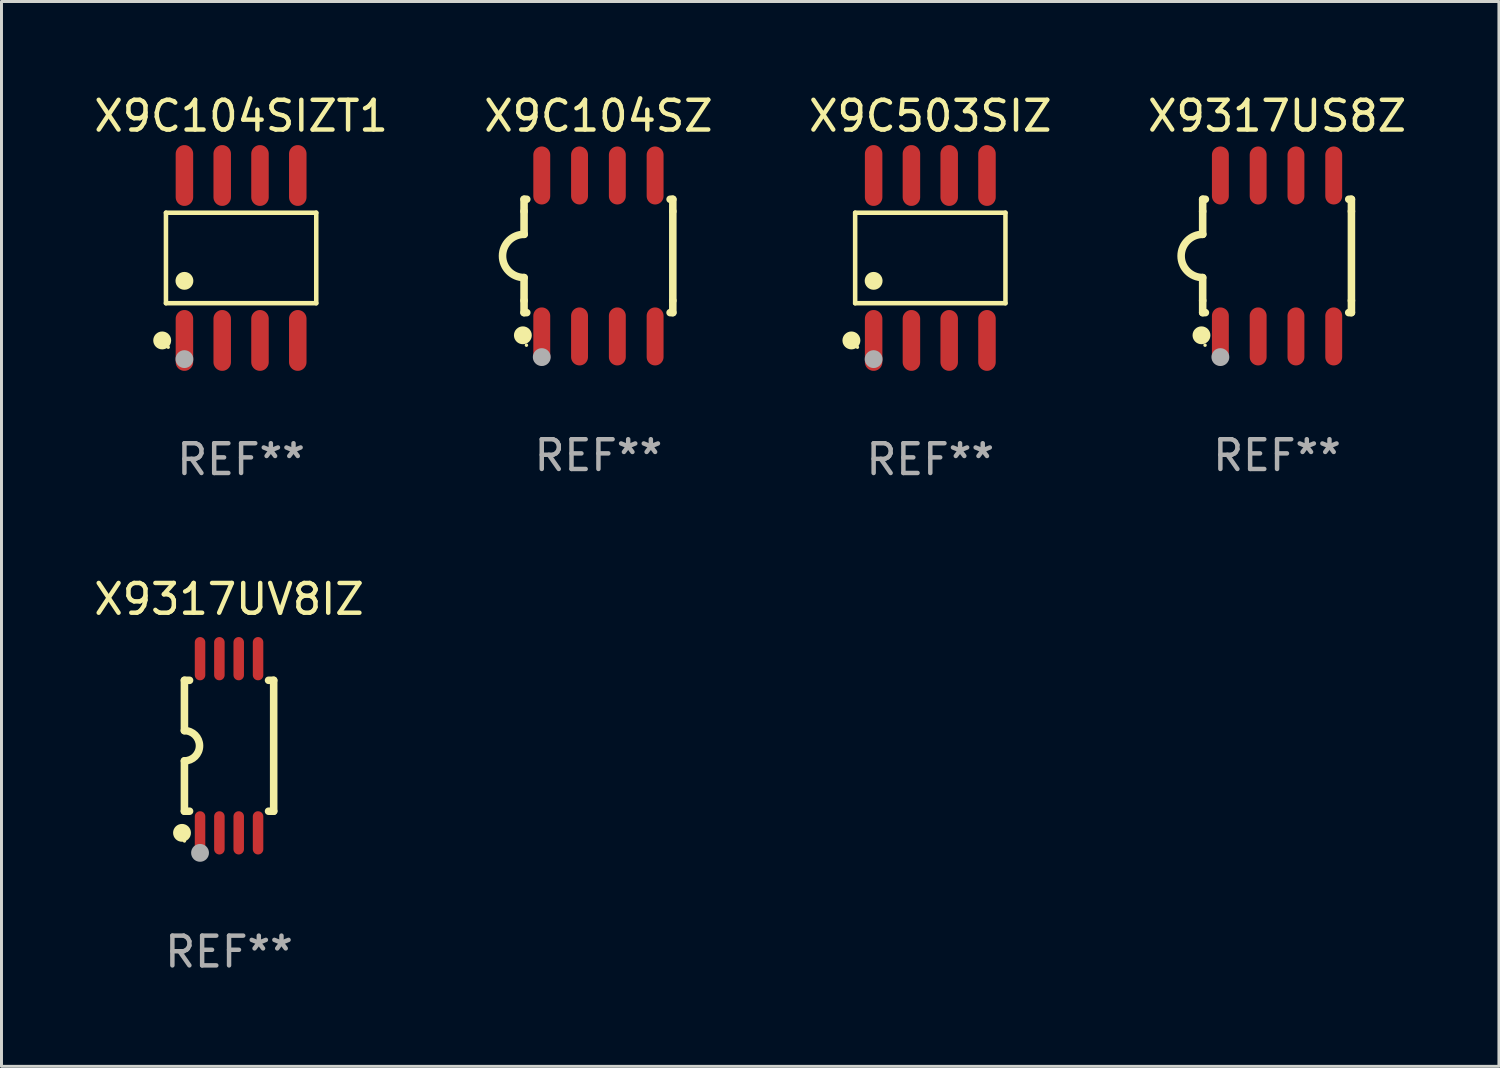
<source format=kicad_pcb>
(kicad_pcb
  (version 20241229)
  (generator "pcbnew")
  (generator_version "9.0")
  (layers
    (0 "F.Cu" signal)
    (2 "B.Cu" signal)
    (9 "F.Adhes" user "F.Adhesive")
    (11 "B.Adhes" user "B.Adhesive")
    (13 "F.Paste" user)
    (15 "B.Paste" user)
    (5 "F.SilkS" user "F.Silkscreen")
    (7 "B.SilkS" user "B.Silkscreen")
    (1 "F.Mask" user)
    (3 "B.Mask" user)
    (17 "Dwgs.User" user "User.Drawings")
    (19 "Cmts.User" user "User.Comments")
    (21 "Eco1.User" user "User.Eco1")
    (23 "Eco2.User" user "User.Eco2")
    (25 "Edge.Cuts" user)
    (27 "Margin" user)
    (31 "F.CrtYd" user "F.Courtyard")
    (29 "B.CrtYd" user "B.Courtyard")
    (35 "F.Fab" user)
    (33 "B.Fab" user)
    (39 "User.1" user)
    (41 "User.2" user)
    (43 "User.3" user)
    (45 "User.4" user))
  (footprint "X9C503SIZ"
    (layer "F.Cu")
    (at 28.22 5.621)
    (property "Reference" "X9C503SIZ" (at 0 -4.772 0) (layer "F.SilkS") (effects (font (size 1 1) (thickness 0.15))))
    (attr through_hole)
    (fp_line (start -2.526 -1.521) (end 2.526 -1.521) (stroke (width 0.152) (type solid)) (layer "F.SilkS"))
    (fp_line (start -2.526 1.521) (end -2.526 -1.521) (stroke (width 0.152) (type solid)) (layer "F.SilkS"))
    (fp_line (start 2.526 -1.521) (end 2.526 1.521) (stroke (width 0.152) (type solid)) (layer "F.SilkS"))
    (fp_line (start 2.526 1.521) (end -2.526 1.521) (stroke (width 0.152) (type solid)) (layer "F.SilkS"))
    (fp_circle (center -2.652 2.772) (end -2.501 2.772) (stroke (width 0.3) (type solid)) (fill no) (layer "F.SilkS"))
    (fp_circle (center -2.45 3) (end -2.42 3) (stroke (width 0.06) (type solid)) (fill no) (layer "F.SilkS"))
    (fp_circle (center -1.905 0.769) (end -1.755 0.769) (stroke (width 0.3) (type solid)) (fill no) (layer "F.SilkS"))
    (fp_circle (center -1.905 3.4) (end -1.755 3.4) (stroke (width 0.3) (type solid)) (fill no) (layer "F.Fab"))
    (fp_text user "REF**" (at 0 6.772 0) (layer "F.Fab") (effects (font (size 1 1) (thickness 0.15))))
    (pad "1" smd oval (at -1.905 2.772) (size 0.588 2.045) (layers "F.Cu" "F.Mask" "F.Paste"))
    (pad "2" smd oval (at -0.635 2.772) (size 0.588 2.045) (layers "F.Cu" "F.Mask" "F.Paste"))
    (pad "3" smd oval (at 0.635 2.772) (size 0.588 2.045) (layers "F.Cu" "F.Mask" "F.Paste"))
    (pad "4" smd oval (at 1.905 2.772) (size 0.588 2.045) (layers "F.Cu" "F.Mask" "F.Paste"))
    (pad "5" smd oval (at 1.905 -2.772) (size 0.588 2.045) (layers "F.Cu" "F.Mask" "F.Paste"))
    (pad "6" smd oval (at 0.635 -2.772) (size 0.588 2.045) (layers "F.Cu" "F.Mask" "F.Paste"))
    (pad "7" smd oval (at -0.635 -2.772) (size 0.588 2.045) (layers "F.Cu" "F.Mask" "F.Paste"))
    (pad "8" smd oval (at -1.905 -2.772) (size 0.588 2.045) (layers "F.Cu" "F.Mask" "F.Paste")))
  (footprint "X9317UV8IZ"
    (layer "F.Cu")
    (at 4.649 22.017)
    (property "Reference" "X9317UV8IZ" (at 0 -4.927 0) (layer "F.SilkS") (effects (font (size 1 1) (thickness 0.15))))
    (attr through_hole)
    (fp_line (start -1.5 -2.2) (end -1.5 -0.508) (stroke (width 0.254) (type solid)) (layer "F.SilkS"))
    (fp_line (start -1.5 -2.2) (end -1.328 -2.2) (stroke (width 0.254) (type solid)) (layer "F.SilkS"))
    (fp_line (start -1.5 2.2) (end -1.5 0.508) (stroke (width 0.254) (type solid)) (layer "F.SilkS"))
    (fp_line (start -1.5 2.2) (end -1.328 2.2) (stroke (width 0.254) (type solid)) (layer "F.SilkS"))
    (fp_line (start 1.328 -2.2) (end 1.5 -2.2) (stroke (width 0.254) (type solid)) (layer "F.SilkS"))
    (fp_line (start 1.328 2.2) (end 1.5 2.2) (stroke (width 0.254) (type solid)) (layer "F.SilkS"))
    (fp_line (start 1.5 -2.2) (end 1.5 2.2) (stroke (width 0.254) (type solid)) (layer "F.SilkS"))
    (fp_arc (start -1.501144 -0.508) (mid -0.993143 -0.000571) (end -1.5 0.508001) (stroke (width 0.254001) (type solid)) (layer "F.SilkS"))
    (fp_circle (center -1.581 2.927) (end -1.431 2.927) (stroke (width 0.3) (type solid)) (fill no) (layer "F.SilkS"))
    (fp_circle (center -1.5 3.2) (end -1.47 3.2) (stroke (width 0.06) (type solid)) (fill no) (layer "F.SilkS"))
    (fp_circle (center -0.975 3.6) (end -0.825 3.6) (stroke (width 0.3) (type solid)) (fill no) (layer "F.Fab"))
    (fp_text user "REF**" (at 0 6.927 0) (layer "F.Fab") (effects (font (size 1 1) (thickness 0.15))))
    (pad "1" smd oval (at -0.975 2.927) (size 0.353 1.454) (layers "F.Cu" "F.Mask" "F.Paste"))
    (pad "2" smd oval (at -0.325 2.927) (size 0.353 1.454) (layers "F.Cu" "F.Mask" "F.Paste"))
    (pad "3" smd oval (at 0.325 2.927) (size 0.353 1.454) (layers "F.Cu" "F.Mask" "F.Paste"))
    (pad "4" smd oval (at 0.975 2.927) (size 0.353 1.454) (layers "F.Cu" "F.Mask" "F.Paste"))
    (pad "5" smd oval (at 0.975 -2.927) (size 0.353 1.454) (layers "F.Cu" "F.Mask" "F.Paste"))
    (pad "6" smd oval (at 0.325 -2.927) (size 0.353 1.454) (layers "F.Cu" "F.Mask" "F.Paste"))
    (pad "7" smd oval (at -0.325 -2.927) (size 0.353 1.454) (layers "F.Cu" "F.Mask" "F.Paste"))
    (pad "8" smd oval (at -0.975 -2.927) (size 0.353 1.454) (layers "F.Cu" "F.Mask" "F.Paste")))
  (footprint "X9317US8Z"
    (layer "F.Cu")
    (at 39.875 5.553)
    (property "Reference" "X9317US8Z" (at 0 -4.705 0) (layer "F.SilkS") (effects (font (size 1 1) (thickness 0.15))))
    (attr through_hole)
    (fp_line (start -2.5 -1.905) (end -2.409 -1.905) (stroke (width 0.254) (type solid)) (layer "F.SilkS"))
    (fp_line (start -2.5 -1.5) (end -2.5 -1.905) (stroke (width 0.254) (type solid)) (layer "F.SilkS"))
    (fp_line (start -2.5 -1.5) (end -2.5 -0.726) (stroke (width 0.254) (type solid)) (layer "F.SilkS"))
    (fp_line (start -2.5 1.5) (end -2.5 0.727) (stroke (width 0.254) (type solid)) (layer "F.SilkS"))
    (fp_line (start -2.5 1.5) (end -2.5 1.905) (stroke (width 0.254) (type solid)) (layer "F.SilkS"))
    (fp_line (start -2.5 1.905) (end -2.409 1.905) (stroke (width 0.254) (type solid)) (layer "F.SilkS"))
    (fp_line (start 2.5 -1.905) (end 2.409 -1.905) (stroke (width 0.254) (type solid)) (layer "F.SilkS"))
    (fp_line (start 2.5 -1.5) (end 2.5 -1.905) (stroke (width 0.254) (type solid)) (layer "F.SilkS"))
    (fp_line (start 2.5 -1.5) (end 2.5 1.5) (stroke (width 0.254) (type solid)) (layer "F.SilkS"))
    (fp_line (start 2.5 1.5) (end 2.5 1.905) (stroke (width 0.254) (type solid)) (layer "F.SilkS"))
    (fp_line (start 2.5 1.905) (end 2.409 1.905) (stroke (width 0.254) (type solid)) (layer "F.SilkS"))
    (fp_arc (start -2.5 0.726568) (mid -3.220316 -0.0023) (end -2.495097 -0.726289) (stroke (width 0.254001) (type solid)) (layer "F.SilkS"))
    (fp_circle (center -2.54 2.667) (end -2.39 2.667) (stroke (width 0.3) (type solid)) (fill no) (layer "F.SilkS"))
    (fp_circle (center -2.42 3) (end -2.39 3) (stroke (width 0.06) (type solid)) (fill no) (layer "F.SilkS"))
    (fp_circle (center -1.905 3.4) (end -1.755 3.4) (stroke (width 0.3) (type solid)) (fill no) (layer "F.Fab"))
    (fp_text user "REF**" (at 0 6.705 0) (layer "F.Fab") (effects (font (size 1 1) (thickness 0.15))))
    (pad "1" smd oval (at -1.905 2.705) (size 0.568 1.95) (layers "F.Cu" "F.Mask" "F.Paste"))
    (pad "2" smd oval (at -0.635 2.705) (size 0.568 1.95) (layers "F.Cu" "F.Mask" "F.Paste"))
    (pad "3" smd oval (at 0.635 2.705) (size 0.568 1.95) (layers "F.Cu" "F.Mask" "F.Paste"))
    (pad "4" smd oval (at 1.905 2.705) (size 0.568 1.95) (layers "F.Cu" "F.Mask" "F.Paste"))
    (pad "5" smd oval (at 1.905 -2.705) (size 0.568 1.95) (layers "F.Cu" "F.Mask" "F.Paste"))
    (pad "6" smd oval (at 0.635 -2.705) (size 0.568 1.95) (layers "F.Cu" "F.Mask" "F.Paste"))
    (pad "7" smd oval (at -0.635 -2.705) (size 0.568 1.95) (layers "F.Cu" "F.Mask" "F.Paste"))
    (pad "8" smd oval (at -1.905 -2.705) (size 0.568 1.95) (layers "F.Cu" "F.Mask" "F.Paste")))
  (footprint "X9C104SZ"
    (layer "F.Cu")
    (at 17.065 5.553)
    (property "Reference" "X9C104SZ" (at 0 -4.705 0) (layer "F.SilkS") (effects (font (size 1 1) (thickness 0.15))))
    (attr through_hole)
    (fp_line (start -2.5 -1.905) (end -2.409 -1.905) (stroke (width 0.254) (type solid)) (layer "F.SilkS"))
    (fp_line (start -2.5 -1.5) (end -2.5 -1.905) (stroke (width 0.254) (type solid)) (layer "F.SilkS"))
    (fp_line (start -2.5 -1.5) (end -2.5 -0.726) (stroke (width 0.254) (type solid)) (layer "F.SilkS"))
    (fp_line (start -2.5 1.5) (end -2.5 0.727) (stroke (width 0.254) (type solid)) (layer "F.SilkS"))
    (fp_line (start -2.5 1.5) (end -2.5 1.905) (stroke (width 0.254) (type solid)) (layer "F.SilkS"))
    (fp_line (start -2.5 1.905) (end -2.409 1.905) (stroke (width 0.254) (type solid)) (layer "F.SilkS"))
    (fp_line (start 2.5 -1.905) (end 2.409 -1.905) (stroke (width 0.254) (type solid)) (layer "F.SilkS"))
    (fp_line (start 2.5 -1.5) (end 2.5 -1.905) (stroke (width 0.254) (type solid)) (layer "F.SilkS"))
    (fp_line (start 2.5 -1.5) (end 2.5 1.5) (stroke (width 0.254) (type solid)) (layer "F.SilkS"))
    (fp_line (start 2.5 1.5) (end 2.5 1.905) (stroke (width 0.254) (type solid)) (layer "F.SilkS"))
    (fp_line (start 2.5 1.905) (end 2.409 1.905) (stroke (width 0.254) (type solid)) (layer "F.SilkS"))
    (fp_arc (start -2.5 0.726568) (mid -3.220316 -0.0023) (end -2.495097 -0.726289) (stroke (width 0.254001) (type solid)) (layer "F.SilkS"))
    (fp_circle (center -2.54 2.667) (end -2.39 2.667) (stroke (width 0.3) (type solid)) (fill no) (layer "F.SilkS"))
    (fp_circle (center -2.42 3) (end -2.39 3) (stroke (width 0.06) (type solid)) (fill no) (layer "F.SilkS"))
    (fp_circle (center -1.905 3.4) (end -1.755 3.4) (stroke (width 0.3) (type solid)) (fill no) (layer "F.Fab"))
    (fp_text user "REF**" (at 0 6.705 0) (layer "F.Fab") (effects (font (size 1 1) (thickness 0.15))))
    (pad "1" smd oval (at -1.905 2.705) (size 0.568 1.95) (layers "F.Cu" "F.Mask" "F.Paste"))
    (pad "2" smd oval (at -0.635 2.705) (size 0.568 1.95) (layers "F.Cu" "F.Mask" "F.Paste"))
    (pad "3" smd oval (at 0.635 2.705) (size 0.568 1.95) (layers "F.Cu" "F.Mask" "F.Paste"))
    (pad "4" smd oval (at 1.905 2.705) (size 0.568 1.95) (layers "F.Cu" "F.Mask" "F.Paste"))
    (pad "5" smd oval (at 1.905 -2.705) (size 0.568 1.95) (layers "F.Cu" "F.Mask" "F.Paste"))
    (pad "6" smd oval (at 0.635 -2.705) (size 0.568 1.95) (layers "F.Cu" "F.Mask" "F.Paste"))
    (pad "7" smd oval (at -0.635 -2.705) (size 0.568 1.95) (layers "F.Cu" "F.Mask" "F.Paste"))
    (pad "8" smd oval (at -1.905 -2.705) (size 0.568 1.95) (layers "F.Cu" "F.Mask" "F.Paste")))
  (footprint "X9C104SIZT1"
    (layer "F.Cu")
    (at 5.054 5.621)
    (property "Reference" "X9C104SIZT1" (at 0 -4.772 0) (layer "F.SilkS") (effects (font (size 1 1) (thickness 0.15))))
    (attr through_hole)
    (fp_line (start -2.526 -1.521) (end 2.526 -1.521) (stroke (width 0.152) (type solid)) (layer "F.SilkS"))
    (fp_line (start -2.526 1.521) (end -2.526 -1.521) (stroke (width 0.152) (type solid)) (layer "F.SilkS"))
    (fp_line (start 2.526 -1.521) (end 2.526 1.521) (stroke (width 0.152) (type solid)) (layer "F.SilkS"))
    (fp_line (start 2.526 1.521) (end -2.526 1.521) (stroke (width 0.152) (type solid)) (layer "F.SilkS"))
    (fp_circle (center -2.652 2.772) (end -2.501 2.772) (stroke (width 0.3) (type solid)) (fill no) (layer "F.SilkS"))
    (fp_circle (center -2.45 3) (end -2.42 3) (stroke (width 0.06) (type solid)) (fill no) (layer "F.SilkS"))
    (fp_circle (center -1.905 0.769) (end -1.755 0.769) (stroke (width 0.3) (type solid)) (fill no) (layer "F.SilkS"))
    (fp_circle (center -1.905 3.4) (end -1.755 3.4) (stroke (width 0.3) (type solid)) (fill no) (layer "F.Fab"))
    (fp_text user "REF**" (at 0 6.772 0) (layer "F.Fab") (effects (font (size 1 1) (thickness 0.15))))
    (pad "1" smd oval (at -1.905 2.772) (size 0.588 2.045) (layers "F.Cu" "F.Mask" "F.Paste"))
    (pad "2" smd oval (at -0.635 2.772) (size 0.588 2.045) (layers "F.Cu" "F.Mask" "F.Paste"))
    (pad "3" smd oval (at 0.635 2.772) (size 0.588 2.045) (layers "F.Cu" "F.Mask" "F.Paste"))
    (pad "4" smd oval (at 1.905 2.772) (size 0.588 2.045) (layers "F.Cu" "F.Mask" "F.Paste"))
    (pad "5" smd oval (at 1.905 -2.772) (size 0.588 2.045) (layers "F.Cu" "F.Mask" "F.Paste"))
    (pad "6" smd oval (at 0.635 -2.772) (size 0.588 2.045) (layers "F.Cu" "F.Mask" "F.Paste"))
    (pad "7" smd oval (at -0.635 -2.772) (size 0.588 2.045) (layers "F.Cu" "F.Mask" "F.Paste"))
    (pad "8" smd oval (at -1.905 -2.772) (size 0.588 2.045) (layers "F.Cu" "F.Mask" "F.Paste")))
  (gr_rect
    (start -3 -3)
    (end 47.333 32.792)
    (stroke (width 0.1) (type default))
    (fill no)
    (layer "Edge.Cuts")))
</source>
